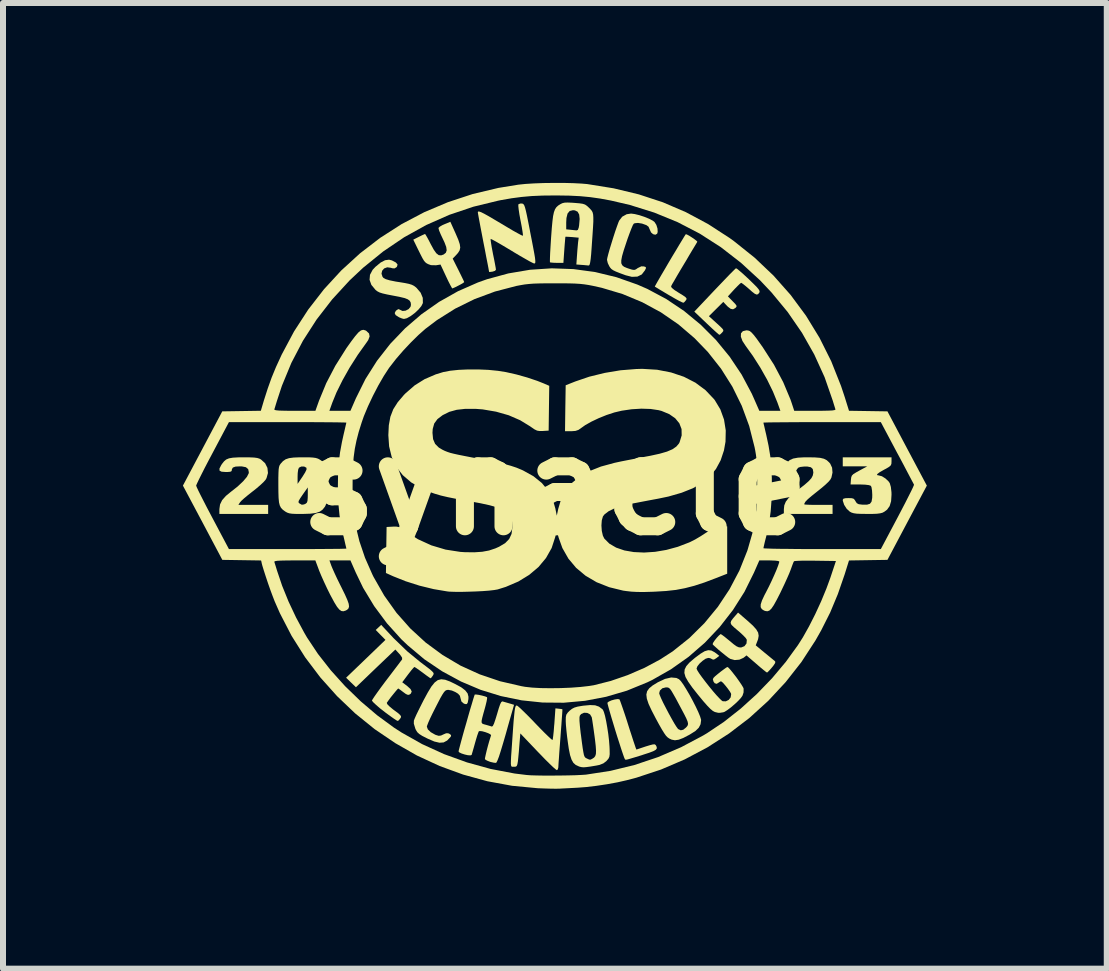
<source format=kicad_pcb>
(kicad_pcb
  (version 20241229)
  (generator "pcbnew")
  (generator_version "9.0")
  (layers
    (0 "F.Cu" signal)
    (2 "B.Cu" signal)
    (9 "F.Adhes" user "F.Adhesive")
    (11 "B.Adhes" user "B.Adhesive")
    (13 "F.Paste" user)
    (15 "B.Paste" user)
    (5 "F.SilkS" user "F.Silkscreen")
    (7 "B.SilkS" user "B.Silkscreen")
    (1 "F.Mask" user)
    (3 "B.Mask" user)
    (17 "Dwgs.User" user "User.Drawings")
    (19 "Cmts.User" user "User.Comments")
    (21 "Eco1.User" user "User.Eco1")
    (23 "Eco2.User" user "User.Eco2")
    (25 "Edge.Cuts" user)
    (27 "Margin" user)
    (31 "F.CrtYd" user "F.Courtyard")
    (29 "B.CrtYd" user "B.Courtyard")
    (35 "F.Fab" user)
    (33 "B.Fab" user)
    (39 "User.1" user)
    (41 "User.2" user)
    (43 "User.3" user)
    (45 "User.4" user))
  (footprint "synacle"
    (layer "F.Cu")
    (at 6.202 5.047)
    (property "Reference" "synacle" (at 0 0 0) (layer "F.SilkS") (effects (font (size 1.5 1.5) (thickness 0.3))))
    (attr board_only exclude_from_pos_files exclude_from_bom)
    (fp_poly (pts (xy 1.075 3.563) (xy 1.076 3.564) (xy 1.087 3.587) (xy 1.106 3.64) (xy 1.133 3.717) (xy 1.166 3.814) (xy 1.202 3.924) (xy 1.21 3.95) (xy 1.246 4.064) (xy 1.28 4.168) (xy 1.308 4.255) (xy 1.33 4.32) (xy 1.342 4.356) (xy 1.343 4.36) (xy 1.359 4.401) (xy 1.512 4.35) (xy 1.588 4.327) (xy 1.636 4.315) (xy 1.664 4.314) (xy 1.679 4.324) (xy 1.683 4.328) (xy 1.698 4.358) (xy 1.699 4.383) (xy 1.682 4.405) (xy 1.641 4.428) (xy 1.573 4.454) (xy 1.474 4.486) (xy 1.448 4.495) (xy 1.344 4.527) (xy 1.27 4.549) (xy 1.222 4.563) (xy 1.193 4.57) (xy 1.177 4.57) (xy 1.17 4.566) (xy 1.166 4.559) (xy 1.154 4.531) (xy 1.134 4.474) (xy 1.107 4.394) (xy 1.076 4.297) (xy 1.041 4.189) (xy 1.006 4.076) (xy 0.972 3.963) (xy 0.94 3.857) (xy 0.913 3.764) (xy 0.892 3.69) (xy 0.879 3.64) (xy 0.876 3.62) (xy 0.899 3.601) (xy 0.944 3.581) (xy 0.998 3.566) (xy 1.046 3.559)) (stroke (width 0) (type solid)) (fill yes) (layer "F.SilkS"))
    (fp_poly (pts (xy 2.201 -4.187) (xy 2.239 -4.167) (xy 2.286 -4.137) (xy 2.331 -4.106) (xy 2.364 -4.08) (xy 2.375 -4.066) (xy 2.364 -4.047) (xy 2.336 -4) (xy 2.294 -3.931) (xy 2.242 -3.844) (xy 2.183 -3.743) (xy 2.158 -3.702) (xy 2.095 -3.597) (xy 2.039 -3.502) (xy 1.993 -3.422) (xy 1.958 -3.363) (xy 1.94 -3.329) (xy 1.937 -3.324) (xy 1.948 -3.299) (xy 1.994 -3.261) (xy 2.069 -3.213) (xy 2.136 -3.172) (xy 2.176 -3.144) (xy 2.194 -3.124) (xy 2.194 -3.106) (xy 2.186 -3.092) (xy 2.159 -3.06) (xy 2.143 -3.049) (xy 2.122 -3.056) (xy 2.074 -3.079) (xy 2.007 -3.116) (xy 1.927 -3.162) (xy 1.899 -3.178) (xy 1.817 -3.227) (xy 1.747 -3.269) (xy 1.696 -3.3) (xy 1.668 -3.317) (xy 1.666 -3.318) (xy 1.674 -3.335) (xy 1.698 -3.378) (xy 1.736 -3.444) (xy 1.784 -3.527) (xy 1.84 -3.622) (xy 1.899 -3.723) (xy 1.96 -3.826) (xy 2.02 -3.925) (xy 2.074 -4.016) (xy 2.121 -4.093) (xy 2.156 -4.151) (xy 2.178 -4.185) (xy 2.183 -4.192)) (stroke (width 0) (type solid)) (fill yes) (layer "F.SilkS"))
    (fp_poly (pts (xy -5.086 -0.471) (xy -5.015 -0.468) (xy -4.964 -0.461) (xy -4.927 -0.45) (xy -4.9 -0.435) (xy -4.832 -0.374) (xy -4.793 -0.296) (xy -4.784 -0.21) (xy -4.808 -0.125) (xy -4.824 -0.097) (xy -4.856 -0.061) (xy -4.911 -0.009) (xy -4.98 0.05) (xy -5.045 0.101) (xy -5.117 0.158) (xy -5.181 0.211) (xy -5.228 0.254) (xy -5.25 0.279) (xy -5.277 0.321) (xy -5.029 0.321) (xy -4.781 0.321) (xy -4.781 0.397) (xy -4.781 0.472) (xy -5.188 0.472) (xy -5.594 0.472) (xy -5.594 0.392) (xy -5.583 0.314) (xy -5.548 0.242) (xy -5.485 0.171) (xy -5.412 0.111) (xy -5.289 0.014) (xy -5.197 -0.073) (xy -5.135 -0.146) (xy -5.105 -0.205) (xy -5.103 -0.223) (xy -5.114 -0.275) (xy -5.152 -0.307) (xy -5.219 -0.32) (xy -5.251 -0.321) (xy -5.326 -0.317) (xy -5.369 -0.301) (xy -5.386 -0.272) (xy -5.386 -0.263) (xy -5.391 -0.242) (xy -5.413 -0.231) (xy -5.459 -0.227) (xy -5.49 -0.227) (xy -5.557 -0.232) (xy -5.591 -0.249) (xy -5.593 -0.284) (xy -5.565 -0.339) (xy -5.551 -0.361) (xy -5.517 -0.404) (xy -5.481 -0.435) (xy -5.433 -0.455) (xy -5.368 -0.466) (xy -5.278 -0.471) (xy -5.188 -0.472)) (stroke (width 0) (type solid)) (fill yes) (layer "F.SilkS"))
    (fp_poly (pts (xy 3.039 -3.614) (xy 3.079 -3.581) (xy 3.136 -3.532) (xy 3.204 -3.469) (xy 3.233 -3.442) (xy 3.311 -3.366) (xy 3.365 -3.312) (xy 3.397 -3.274) (xy 3.412 -3.247) (xy 3.413 -3.228) (xy 3.41 -3.22) (xy 3.389 -3.193) (xy 3.366 -3.185) (xy 3.334 -3.198) (xy 3.287 -3.234) (xy 3.237 -3.279) (xy 3.182 -3.326) (xy 3.137 -3.362) (xy 3.11 -3.38) (xy 3.106 -3.381) (xy 3.086 -3.367) (xy 3.049 -3.331) (xy 3.001 -3.282) (xy 2.987 -3.267) (xy 2.885 -3.155) (xy 2.964 -3.074) (xy 3.008 -3.029) (xy 3.028 -3.001) (xy 3.028 -2.982) (xy 3.011 -2.963) (xy 3.007 -2.96) (xy 2.971 -2.94) (xy 2.932 -2.947) (xy 2.884 -2.983) (xy 2.855 -3.013) (xy 2.808 -3.063) (xy 2.688 -2.944) (xy 2.568 -2.825) (xy 2.696 -2.709) (xy 2.756 -2.654) (xy 2.792 -2.618) (xy 2.808 -2.594) (xy 2.807 -2.576) (xy 2.793 -2.558) (xy 2.789 -2.553) (xy 2.76 -2.524) (xy 2.742 -2.514) (xy 2.725 -2.527) (xy 2.686 -2.561) (xy 2.63 -2.612) (xy 2.562 -2.676) (xy 2.528 -2.708) (xy 2.325 -2.901) (xy 2.664 -3.26) (xy 2.756 -3.356) (xy 2.84 -3.444) (xy 2.911 -3.518) (xy 2.968 -3.575) (xy 3.005 -3.612) (xy 3.02 -3.624)) (stroke (width 0) (type solid)) (fill yes) (layer "F.SilkS"))
    (fp_poly (pts (xy -1.654 -4.201) (xy -1.611 -4.101) (xy -1.586 -4.026) (xy -1.578 -3.969) (xy -1.588 -3.923) (xy -1.615 -3.88) (xy -1.647 -3.844) (xy -1.704 -3.785) (xy -1.608 -3.594) (xy -1.57 -3.517) (xy -1.539 -3.453) (xy -1.518 -3.409) (xy -1.512 -3.393) (xy -1.527 -3.381) (xy -1.565 -3.358) (xy -1.614 -3.332) (xy -1.662 -3.308) (xy -1.699 -3.292) (xy -1.711 -3.288) (xy -1.722 -3.304) (xy -1.746 -3.348) (xy -1.779 -3.413) (xy -1.814 -3.487) (xy -1.907 -3.686) (xy -1.981 -3.674) (xy -2.066 -3.676) (xy -2.113 -3.693) (xy -2.141 -3.708) (xy -2.163 -3.726) (xy -2.184 -3.752) (xy -2.208 -3.792) (xy -2.24 -3.854) (xy -2.284 -3.943) (xy -2.29 -3.955) (xy -2.361 -4.101) (xy -2.268 -4.148) (xy -2.215 -4.174) (xy -2.177 -4.191) (xy -2.165 -4.196) (xy -2.153 -4.18) (xy -2.128 -4.137) (xy -2.095 -4.075) (xy -2.07 -4.026) (xy -2.019 -3.933) (xy -1.977 -3.874) (xy -1.937 -3.843) (xy -1.896 -3.839) (xy -1.854 -3.854) (xy -1.818 -3.883) (xy -1.804 -3.923) (xy -1.812 -3.98) (xy -1.842 -4.059) (xy -1.871 -4.12) (xy -1.904 -4.19) (xy -1.929 -4.25) (xy -1.94 -4.289) (xy -1.94 -4.298) (xy -1.919 -4.318) (xy -1.874 -4.344) (xy -1.837 -4.36) (xy -1.743 -4.399)) (stroke (width 0) (type solid)) (fill yes) (layer "F.SilkS"))
    (fp_poly (pts (xy 4.337 -0.47) (xy 4.423 -0.463) (xy 4.486 -0.448) (xy 4.534 -0.423) (xy 4.574 -0.386) (xy 4.591 -0.366) (xy 4.622 -0.299) (xy 4.629 -0.217) (xy 4.611 -0.135) (xy 4.594 -0.102) (xy 4.565 -0.067) (xy 4.513 -0.017) (xy 4.445 0.041) (xy 4.369 0.102) (xy 4.28 0.173) (xy 4.218 0.226) (xy 4.179 0.266) (xy 4.161 0.296) (xy 4.158 0.313) (xy 4.175 0.316) (xy 4.224 0.319) (xy 4.296 0.321) (xy 4.384 0.321) (xy 4.394 0.321) (xy 4.63 0.321) (xy 4.63 0.397) (xy 4.63 0.472) (xy 4.224 0.472) (xy 3.818 0.472) (xy 3.818 0.394) (xy 3.825 0.329) (xy 3.85 0.268) (xy 3.897 0.206) (xy 3.97 0.137) (xy 4.072 0.056) (xy 4.073 0.056) (xy 4.167 -0.017) (xy 4.234 -0.076) (xy 4.277 -0.124) (xy 4.3 -0.168) (xy 4.309 -0.213) (xy 4.309 -0.224) (xy 4.3 -0.276) (xy 4.269 -0.306) (xy 4.211 -0.318) (xy 4.155 -0.318) (xy 4.092 -0.311) (xy 4.057 -0.298) (xy 4.038 -0.274) (xy 4.035 -0.269) (xy 4.018 -0.244) (xy 3.99 -0.231) (xy 3.938 -0.227) (xy 3.917 -0.227) (xy 3.855 -0.229) (xy 3.825 -0.242) (xy 3.823 -0.272) (xy 3.843 -0.326) (xy 3.845 -0.331) (xy 3.875 -0.386) (xy 3.915 -0.425) (xy 3.972 -0.451) (xy 4.053 -0.466) (xy 4.162 -0.472) (xy 4.22 -0.472)) (stroke (width 0) (type solid)) (fill yes) (layer "F.SilkS"))
    (fp_poly (pts (xy 3.213 2.254) (xy 3.299 2.332) (xy 3.357 2.396) (xy 3.389 2.451) (xy 3.398 2.504) (xy 3.388 2.561) (xy 3.378 2.588) (xy 3.349 2.663) (xy 3.492 2.782) (xy 3.557 2.835) (xy 3.613 2.881) (xy 3.652 2.913) (xy 3.664 2.922) (xy 3.676 2.938) (xy 3.671 2.961) (xy 3.645 3) (xy 3.62 3.031) (xy 3.58 3.077) (xy 3.55 3.108) (xy 3.537 3.117) (xy 3.518 3.105) (xy 3.478 3.073) (xy 3.421 3.026) (xy 3.36 2.973) (xy 3.195 2.831) (xy 3.145 2.871) (xy 3.077 2.902) (xy 2.998 2.909) (xy 2.925 2.889) (xy 2.923 2.888) (xy 2.89 2.867) (xy 2.841 2.829) (xy 2.783 2.782) (xy 2.725 2.734) (xy 2.675 2.689) (xy 2.64 2.657) (xy 2.63 2.644) (xy 2.638 2.621) (xy 2.663 2.583) (xy 2.698 2.539) (xy 2.733 2.501) (xy 2.76 2.478) (xy 2.766 2.476) (xy 2.786 2.488) (xy 2.828 2.519) (xy 2.883 2.564) (xy 2.915 2.59) (xy 2.982 2.646) (xy 3.03 2.68) (xy 3.067 2.696) (xy 3.101 2.699) (xy 3.106 2.699) (xy 3.161 2.677) (xy 3.195 2.632) (xy 3.2 2.574) (xy 3.199 2.568) (xy 3.181 2.54) (xy 3.14 2.497) (xy 3.083 2.444) (xy 3.05 2.416) (xy 2.984 2.36) (xy 2.944 2.321) (xy 2.93 2.289) (xy 2.939 2.256) (xy 2.97 2.214) (xy 3.001 2.178) (xy 3.054 2.117)) (stroke (width 0) (type solid)) (fill yes) (layer "F.SilkS"))
    (fp_poly (pts (xy -1.829 3.237) (xy -1.75 3.266) (xy -1.665 3.307) (xy -1.563 3.362) (xy -1.495 3.414) (xy -1.455 3.465) (xy -1.441 3.52) (xy -1.442 3.559) (xy -1.453 3.617) (xy -1.468 3.642) (xy -1.494 3.643) (xy -1.52 3.633) (xy -1.558 3.6) (xy -1.572 3.55) (xy -1.584 3.504) (xy -1.614 3.47) (xy -1.654 3.445) (xy -1.717 3.417) (xy -1.775 3.406) (xy -1.786 3.406) (xy -1.808 3.41) (xy -1.828 3.421) (xy -1.849 3.444) (xy -1.875 3.483) (xy -1.91 3.544) (xy -1.955 3.631) (xy -1.988 3.695) (xy -2.037 3.792) (xy -2.079 3.879) (xy -2.111 3.951) (xy -2.13 4.001) (xy -2.135 4.019) (xy -2.118 4.065) (xy -2.07 4.111) (xy -1.996 4.153) (xy -1.983 4.158) (xy -1.937 4.172) (xy -1.898 4.167) (xy -1.862 4.15) (xy -1.813 4.129) (xy -1.777 4.13) (xy -1.759 4.138) (xy -1.731 4.159) (xy -1.734 4.182) (xy -1.741 4.192) (xy -1.796 4.25) (xy -1.855 4.282) (xy -1.924 4.287) (xy -2.01 4.267) (xy -2.117 4.221) (xy -2.135 4.212) (xy -2.212 4.173) (xy -2.262 4.141) (xy -2.294 4.111) (xy -2.317 4.074) (xy -2.327 4.052) (xy -2.352 3.969) (xy -2.351 3.918) (xy -2.338 3.884) (xy -2.311 3.823) (xy -2.272 3.743) (xy -2.225 3.649) (xy -2.188 3.576) (xy -2.118 3.447) (xy -2.059 3.35) (xy -2.005 3.283) (xy -1.952 3.243) (xy -1.895 3.229)) (stroke (width 0) (type solid)) (fill yes) (layer "F.SilkS"))
    (fp_poly (pts (xy 1.331 -4.528) (xy 1.409 -4.509) (xy 1.494 -4.481) (xy 1.572 -4.449) (xy 1.633 -4.417) (xy 1.661 -4.396) (xy 1.692 -4.347) (xy 1.711 -4.286) (xy 1.714 -4.229) (xy 1.705 -4.2) (xy 1.676 -4.183) (xy 1.638 -4.192) (xy 1.604 -4.221) (xy 1.585 -4.262) (xy 1.584 -4.265) (xy 1.561 -4.317) (xy 1.526 -4.343) (xy 1.454 -4.369) (xy 1.385 -4.38) (xy 1.332 -4.375) (xy 1.314 -4.366) (xy 1.299 -4.341) (xy 1.276 -4.287) (xy 1.246 -4.209) (xy 1.212 -4.116) (xy 1.188 -4.044) (xy 1.147 -3.92) (xy 1.12 -3.826) (xy 1.107 -3.757) (xy 1.107 -3.708) (xy 1.123 -3.674) (xy 1.153 -3.649) (xy 1.2 -3.629) (xy 1.229 -3.619) (xy 1.286 -3.601) (xy 1.322 -3.596) (xy 1.35 -3.605) (xy 1.381 -3.627) (xy 1.441 -3.656) (xy 1.483 -3.655) (xy 1.514 -3.645) (xy 1.519 -3.627) (xy 1.502 -3.59) (xy 1.449 -3.521) (xy 1.376 -3.485) (xy 1.284 -3.481) (xy 1.181 -3.507) (xy 1.085 -3.542) (xy 1.017 -3.569) (xy 0.972 -3.591) (xy 0.942 -3.612) (xy 0.921 -3.636) (xy 0.908 -3.656) (xy 0.882 -3.71) (xy 0.87 -3.76) (xy 0.869 -3.766) (xy 0.875 -3.8) (xy 0.891 -3.863) (xy 0.914 -3.945) (xy 0.943 -4.04) (xy 0.974 -4.14) (xy 1.005 -4.236) (xy 1.035 -4.322) (xy 1.059 -4.388) (xy 1.072 -4.418) (xy 1.123 -4.484) (xy 1.197 -4.525) (xy 1.27 -4.536)) (stroke (width 0) (type solid)) (fill yes) (layer "F.SilkS"))
    (fp_poly (pts (xy -2.717 -3.755) (xy -2.651 -3.72) (xy -2.623 -3.686) (xy -2.633 -3.651) (xy -2.642 -3.641) (xy -2.673 -3.622) (xy -2.71 -3.624) (xy -2.735 -3.632) (xy -2.796 -3.64) (xy -2.847 -3.621) (xy -2.88 -3.583) (xy -2.891 -3.534) (xy -2.874 -3.482) (xy -2.858 -3.463) (xy -2.822 -3.443) (xy -2.755 -3.423) (xy -2.652 -3.402) (xy -2.6 -3.394) (xy -2.502 -3.378) (xy -2.434 -3.364) (xy -2.386 -3.349) (xy -2.35 -3.331) (xy -2.317 -3.306) (xy -2.304 -3.294) (xy -2.238 -3.216) (xy -2.203 -3.131) (xy -2.201 -3.048) (xy -2.201 -3.044) (xy -2.226 -2.994) (xy -2.274 -2.936) (xy -2.336 -2.878) (xy -2.404 -2.827) (xy -2.468 -2.791) (xy -2.517 -2.779) (xy -2.55 -2.787) (xy -2.597 -2.806) (xy -2.602 -2.809) (xy -2.655 -2.843) (xy -2.671 -2.877) (xy -2.652 -2.914) (xy -2.644 -2.921) (xy -2.611 -2.943) (xy -2.587 -2.935) (xy -2.585 -2.933) (xy -2.541 -2.912) (xy -2.489 -2.917) (xy -2.439 -2.943) (xy -2.407 -2.982) (xy -2.4 -3.012) (xy -2.404 -3.052) (xy -2.421 -3.083) (xy -2.454 -3.107) (xy -2.51 -3.128) (xy -2.594 -3.148) (xy -2.693 -3.167) (xy -2.797 -3.187) (xy -2.871 -3.204) (xy -2.922 -3.22) (xy -2.959 -3.239) (xy -2.988 -3.261) (xy -2.991 -3.264) (xy -3.06 -3.347) (xy -3.09 -3.431) (xy -3.083 -3.515) (xy -3.039 -3.598) (xy -2.992 -3.648) (xy -2.906 -3.719) (xy -2.832 -3.758) (xy -2.765 -3.767)) (stroke (width 0) (type solid)) (fill yes) (layer "F.SilkS"))
    (fp_poly (pts (xy -0.614 3.68) (xy -0.573 3.716) (xy -0.514 3.773) (xy -0.441 3.845) (xy -0.36 3.928) (xy -0.33 3.96) (xy -0.247 4.046) (xy -0.174 4.12) (xy -0.112 4.18) (xy -0.067 4.222) (xy -0.043 4.241) (xy -0.04 4.242) (xy -0.034 4.22) (xy -0.027 4.167) (xy -0.019 4.091) (xy -0.012 3.999) (xy -0.009 3.972) (xy 0.009 3.714) (xy 0.066 3.72) (xy 0.107 3.725) (xy 0.125 3.729) (xy 0.125 3.729) (xy 0.125 3.748) (xy 0.122 3.8) (xy 0.116 3.879) (xy 0.109 3.98) (xy 0.1 4.098) (xy 0.093 4.196) (xy 0.083 4.326) (xy 0.074 4.446) (xy 0.067 4.549) (xy 0.061 4.63) (xy 0.058 4.684) (xy 0.057 4.701) (xy 0.047 4.734) (xy 0.032 4.744) (xy 0.012 4.73) (xy -0.03 4.694) (xy -0.089 4.637) (xy -0.162 4.565) (xy -0.244 4.48) (xy -0.285 4.438) (xy -0.576 4.132) (xy -0.591 4.31) (xy -0.601 4.438) (xy -0.61 4.533) (xy -0.617 4.6) (xy -0.625 4.645) (xy -0.634 4.67) (xy -0.646 4.683) (xy -0.661 4.687) (xy -0.681 4.687) (xy -0.682 4.687) (xy -0.7 4.688) (xy -0.715 4.687) (xy -0.725 4.681) (xy -0.731 4.666) (xy -0.734 4.636) (xy -0.733 4.588) (xy -0.73 4.518) (xy -0.723 4.421) (xy -0.714 4.292) (xy -0.708 4.205) (xy -0.697 4.048) (xy -0.688 3.925) (xy -0.679 3.831) (xy -0.672 3.763) (xy -0.665 3.717) (xy -0.658 3.688) (xy -0.65 3.673) (xy -0.64 3.667) (xy -0.634 3.666)) (stroke (width 0) (type solid)) (fill yes) (layer "F.SilkS"))
    (fp_poly (pts (xy 5.613 -0.402) (xy 5.611 -0.364) (xy 5.6 -0.337) (xy 5.573 -0.313) (xy 5.523 -0.283) (xy 5.49 -0.266) (xy 5.415 -0.223) (xy 5.376 -0.193) (xy 5.371 -0.176) (xy 5.4 -0.17) (xy 5.4 -0.17) (xy 5.453 -0.156) (xy 5.512 -0.119) (xy 5.563 -0.071) (xy 5.584 -0.04) (xy 5.602 0.022) (xy 5.612 0.11) (xy 5.613 0.151) (xy 5.606 0.26) (xy 5.582 0.341) (xy 5.539 0.401) (xy 5.494 0.435) (xy 5.462 0.452) (xy 5.423 0.462) (xy 5.37 0.469) (xy 5.294 0.472) (xy 5.207 0.472) (xy 5.106 0.471) (xy 5.034 0.468) (xy 4.984 0.461) (xy 4.947 0.45) (xy 4.917 0.434) (xy 4.865 0.386) (xy 4.823 0.32) (xy 4.801 0.253) (xy 4.8 0.237) (xy 4.81 0.219) (xy 4.844 0.21) (xy 4.894 0.208) (xy 4.952 0.21) (xy 4.985 0.221) (xy 5.005 0.247) (xy 5.012 0.26) (xy 5.034 0.293) (xy 5.066 0.31) (xy 5.122 0.317) (xy 5.126 0.318) (xy 5.204 0.318) (xy 5.253 0.303) (xy 5.28 0.267) (xy 5.291 0.203) (xy 5.292 0.154) (xy 5.288 0.081) (xy 5.279 0.027) (xy 5.269 0.004) (xy 5.237 -0.008) (xy 5.173 -0.016) (xy 5.088 -0.019) (xy 4.93 -0.019) (xy 4.936 -0.098) (xy 4.941 -0.138) (xy 4.952 -0.167) (xy 4.977 -0.192) (xy 5.024 -0.221) (xy 5.074 -0.249) (xy 5.207 -0.321) (xy 5.003 -0.321) (xy 4.8 -0.321) (xy 4.8 -0.397) (xy 4.8 -0.472) (xy 5.207 -0.472) (xy 5.613 -0.472)) (stroke (width 0) (type solid)) (fill yes) (layer "F.SilkS"))
    (fp_poly (pts (xy 2.026 3.207) (xy 2.069 3.228) (xy 2.1 3.259) (xy 2.142 3.317) (xy 2.191 3.396) (xy 2.245 3.488) (xy 2.298 3.586) (xy 2.348 3.684) (xy 2.39 3.773) (xy 2.421 3.848) (xy 2.437 3.9) (xy 2.438 3.912) (xy 2.429 3.979) (xy 2.399 4.037) (xy 2.344 4.091) (xy 2.257 4.146) (xy 2.238 4.157) (xy 2.14 4.208) (xy 2.064 4.237) (xy 2.002 4.246) (xy 1.948 4.236) (xy 1.909 4.218) (xy 1.881 4.199) (xy 1.853 4.171) (xy 1.822 4.127) (xy 1.783 4.064) (xy 1.733 3.976) (xy 1.682 3.882) (xy 1.612 3.747) (xy 1.562 3.639) (xy 1.533 3.552) (xy 1.525 3.484) (xy 1.53 3.462) (xy 1.739 3.462) (xy 1.748 3.492) (xy 1.772 3.549) (xy 1.807 3.623) (xy 1.851 3.708) (xy 1.898 3.798) (xy 1.946 3.885) (xy 1.989 3.961) (xy 2.026 4.02) (xy 2.051 4.054) (xy 2.055 4.059) (xy 2.099 4.08) (xy 2.141 4.07) (xy 2.185 4.035) (xy 2.205 4.013) (xy 2.217 3.992) (xy 2.22 3.967) (xy 2.212 3.931) (xy 2.191 3.881) (xy 2.156 3.811) (xy 2.105 3.715) (xy 2.074 3.657) (xy 2.018 3.552) (xy 1.975 3.476) (xy 1.944 3.423) (xy 1.921 3.391) (xy 1.901 3.373) (xy 1.882 3.366) (xy 1.86 3.364) (xy 1.851 3.364) (xy 1.792 3.379) (xy 1.751 3.417) (xy 1.739 3.462) (xy 1.53 3.462) (xy 1.538 3.428) (xy 1.573 3.379) (xy 1.629 3.333) (xy 1.707 3.285) (xy 1.715 3.28) (xy 1.836 3.223) (xy 1.939 3.199)) (stroke (width 0) (type solid)) (fill yes) (layer "F.SilkS"))
    (fp_poly (pts (xy -4.105 -0.472) (xy -4.035 -0.468) (xy -3.986 -0.461) (xy -3.949 -0.449) (xy -3.919 -0.433) (xy -3.876 -0.403) (xy -3.845 -0.37) (xy -3.824 -0.328) (xy -3.81 -0.27) (xy -3.802 -0.191) (xy -3.799 -0.083) (xy -3.799 0.004) (xy -3.799 0.118) (xy -3.802 0.202) (xy -3.806 0.261) (xy -3.813 0.302) (xy -3.825 0.333) (xy -3.834 0.351) (xy -3.872 0.399) (xy -3.92 0.434) (xy -3.986 0.456) (xy -4.076 0.468) (xy -4.196 0.472) (xy -4.219 0.472) (xy -4.315 0.472) (xy -4.383 0.469) (xy -4.429 0.462) (xy -4.464 0.45) (xy -4.496 0.432) (xy -4.5 0.429) (xy -4.538 0.401) (xy -4.567 0.37) (xy -4.587 0.331) (xy -4.6 0.279) (xy -4.6 0.276) (xy -4.276 0.276) (xy -4.266 0.291) (xy -4.259 0.297) (xy -4.22 0.319) (xy -4.183 0.314) (xy -4.156 0.302) (xy -4.136 0.285) (xy -4.125 0.255) (xy -4.121 0.202) (xy -4.12 0.156) (xy -4.12 0.03) (xy -4.206 0.152) (xy -4.248 0.214) (xy -4.27 0.252) (xy -4.276 0.276) (xy -4.6 0.276) (xy -4.607 0.206) (xy -4.61 0.108) (xy -4.611 -0.012) (xy -4.611 -0.029) (xy -4.29 -0.029) (xy -4.207 -0.151) (xy -4.163 -0.222) (xy -4.141 -0.269) (xy -4.142 -0.295) (xy -4.143 -0.298) (xy -4.18 -0.318) (xy -4.229 -0.318) (xy -4.267 -0.299) (xy -4.28 -0.268) (xy -4.288 -0.21) (xy -4.29 -0.152) (xy -4.29 -0.029) (xy -4.611 -0.029) (xy -4.611 -0.127) (xy -4.609 -0.21) (xy -4.606 -0.269) (xy -4.6 -0.309) (xy -4.591 -0.337) (xy -4.577 -0.359) (xy -4.572 -0.366) (xy -4.533 -0.409) (xy -4.489 -0.439) (xy -4.432 -0.458) (xy -4.356 -0.468) (xy -4.252 -0.472) (xy -4.203 -0.472)) (stroke (width 0) (type solid)) (fill yes) (layer "F.SilkS"))
    (fp_poly (pts (xy -0.547 -4.703) (xy -0.533 -4.699) (xy -0.521 -4.689) (xy -0.509 -4.669) (xy -0.497 -4.634) (xy -0.483 -4.58) (xy -0.466 -4.503) (xy -0.445 -4.398) (xy -0.418 -4.261) (xy -0.413 -4.233) (xy -0.383 -4.08) (xy -0.36 -3.959) (xy -0.343 -3.867) (xy -0.332 -3.801) (xy -0.327 -3.755) (xy -0.326 -3.727) (xy -0.329 -3.712) (xy -0.336 -3.705) (xy -0.347 -3.704) (xy -0.348 -3.704) (xy -0.371 -3.714) (xy -0.422 -3.74) (xy -0.494 -3.781) (xy -0.583 -3.832) (xy -0.684 -3.892) (xy -0.718 -3.913) (xy -0.82 -3.974) (xy -0.911 -4.028) (xy -0.986 -4.071) (xy -1.04 -4.1) (xy -1.068 -4.113) (xy -1.071 -4.113) (xy -1.071 -4.092) (xy -1.064 -4.042) (xy -1.052 -3.969) (xy -1.035 -3.88) (xy -1.032 -3.863) (xy -1.013 -3.771) (xy -0.998 -3.692) (xy -0.987 -3.632) (xy -0.983 -3.601) (xy -0.983 -3.599) (xy -0.999 -3.581) (xy -1.039 -3.568) (xy -1.039 -3.568) (xy -1.079 -3.563) (xy -1.096 -3.562) (xy -1.096 -3.562) (xy -1.1 -3.581) (xy -1.109 -3.632) (xy -1.124 -3.71) (xy -1.144 -3.81) (xy -1.166 -3.928) (xy -1.191 -4.054) (xy -1.216 -4.185) (xy -1.239 -4.304) (xy -1.258 -4.406) (xy -1.273 -4.486) (xy -1.282 -4.538) (xy -1.285 -4.558) (xy -1.28 -4.57) (xy -1.263 -4.57) (xy -1.23 -4.559) (xy -1.178 -4.533) (xy -1.104 -4.492) (xy -1.004 -4.433) (xy -0.889 -4.365) (xy -0.787 -4.304) (xy -0.696 -4.25) (xy -0.62 -4.208) (xy -0.566 -4.179) (xy -0.537 -4.166) (xy -0.534 -4.166) (xy -0.533 -4.187) (xy -0.54 -4.238) (xy -0.552 -4.312) (xy -0.569 -4.402) (xy -0.574 -4.426) (xy -0.592 -4.525) (xy -0.604 -4.606) (xy -0.61 -4.664) (xy -0.608 -4.692) (xy -0.607 -4.692) (xy -0.577 -4.703)) (stroke (width 0) (type solid)) (fill yes) (layer "F.SilkS"))
    (fp_poly (pts (xy 0.671 3.663) (xy 0.735 3.685) (xy 0.788 3.725) (xy 0.801 3.738) (xy 0.817 3.774) (xy 0.836 3.839) (xy 0.855 3.927) (xy 0.873 4.03) (xy 0.89 4.141) (xy 0.903 4.252) (xy 0.911 4.357) (xy 0.913 4.408) (xy 0.914 4.478) (xy 0.908 4.522) (xy 0.892 4.555) (xy 0.863 4.588) (xy 0.86 4.592) (xy 0.809 4.631) (xy 0.744 4.657) (xy 0.69 4.668) (xy 0.594 4.684) (xy 0.527 4.693) (xy 0.48 4.697) (xy 0.444 4.694) (xy 0.411 4.686) (xy 0.398 4.681) (xy 0.347 4.657) (xy 0.308 4.622) (xy 0.278 4.569) (xy 0.253 4.493) (xy 0.232 4.389) (xy 0.217 4.286) (xy 0.203 4.181) (xy 0.192 4.079) (xy 0.184 3.99) (xy 0.181 3.927) (xy 0.181 3.925) (xy 0.182 3.865) (xy 0.41 3.865) (xy 0.41 3.922) (xy 0.417 4.007) (xy 0.43 4.126) (xy 0.435 4.161) (xy 0.451 4.286) (xy 0.464 4.379) (xy 0.475 4.445) (xy 0.484 4.49) (xy 0.494 4.517) (xy 0.506 4.534) (xy 0.521 4.544) (xy 0.533 4.55) (xy 0.57 4.567) (xy 0.591 4.57) (xy 0.615 4.559) (xy 0.624 4.554) (xy 0.653 4.535) (xy 0.673 4.51) (xy 0.684 4.474) (xy 0.686 4.419) (xy 0.681 4.342) (xy 0.669 4.236) (xy 0.662 4.183) (xy 0.648 4.081) (xy 0.635 3.99) (xy 0.624 3.917) (xy 0.616 3.87) (xy 0.614 3.861) (xy 0.587 3.815) (xy 0.54 3.79) (xy 0.486 3.787) (xy 0.438 3.809) (xy 0.416 3.835) (xy 0.41 3.865) (xy 0.182 3.865) (xy 0.182 3.86) (xy 0.191 3.819) (xy 0.214 3.785) (xy 0.246 3.753) (xy 0.285 3.722) (xy 0.325 3.701) (xy 0.379 3.685) (xy 0.456 3.672) (xy 0.477 3.669) (xy 0.588 3.659)) (stroke (width 0) (type solid)) (fill yes) (layer "F.SilkS"))
    (fp_poly (pts (xy 0.286 -4.717) (xy 0.326 -4.714) (xy 0.409 -4.707) (xy 0.464 -4.699) (xy 0.503 -4.686) (xy 0.534 -4.665) (xy 0.569 -4.633) (xy 0.572 -4.63) (xy 0.597 -4.604) (xy 0.617 -4.58) (xy 0.63 -4.553) (xy 0.638 -4.518) (xy 0.641 -4.469) (xy 0.641 -4.401) (xy 0.636 -4.309) (xy 0.628 -4.187) (xy 0.623 -4.116) (xy 0.613 -3.971) (xy 0.605 -3.861) (xy 0.597 -3.78) (xy 0.589 -3.725) (xy 0.581 -3.69) (xy 0.572 -3.674) (xy 0.562 -3.67) (xy 0.561 -3.67) (xy 0.53 -3.673) (xy 0.477 -3.678) (xy 0.448 -3.68) (xy 0.358 -3.687) (xy 0.369 -3.842) (xy 0.375 -3.925) (xy 0.382 -4.003) (xy 0.387 -4.059) (xy 0.388 -4.066) (xy 0.397 -4.134) (xy 0.288 -4.144) (xy 0.229 -4.148) (xy 0.188 -4.15) (xy 0.176 -4.15) (xy 0.173 -4.131) (xy 0.169 -4.082) (xy 0.163 -4.011) (xy 0.157 -3.93) (xy 0.142 -3.714) (xy 0.034 -3.714) (xy -0.026 -3.716) (xy -0.068 -3.72) (xy -0.082 -3.723) (xy -0.083 -3.744) (xy -0.082 -3.797) (xy -0.079 -3.876) (xy -0.073 -3.976) (xy -0.066 -4.092) (xy -0.063 -4.139) (xy -0.053 -4.273) (xy 0.189 -4.273) (xy 0.26 -4.266) (xy 0.315 -4.26) (xy 0.357 -4.256) (xy 0.361 -4.255) (xy 0.383 -4.264) (xy 0.397 -4.3) (xy 0.404 -4.34) (xy 0.413 -4.446) (xy 0.405 -4.52) (xy 0.379 -4.567) (xy 0.334 -4.589) (xy 0.301 -4.592) (xy 0.247 -4.579) (xy 0.211 -4.536) (xy 0.193 -4.462) (xy 0.189 -4.391) (xy 0.189 -4.273) (xy -0.053 -4.273) (xy -0.052 -4.288) (xy -0.041 -4.405) (xy -0.03 -4.493) (xy -0.016 -4.559) (xy 0.002 -4.607) (xy 0.025 -4.642) (xy 0.054 -4.669) (xy 0.09 -4.692) (xy 0.124 -4.709) (xy 0.161 -4.718) (xy 0.212 -4.72)) (stroke (width 0) (type solid)) (fill yes) (layer "F.SilkS"))
    (fp_poly (pts (xy 2.608 2.749) (xy 2.661 2.777) (xy 2.692 2.799) (xy 2.741 2.838) (xy 2.692 2.877) (xy 2.652 2.901) (xy 2.626 2.898) (xy 2.622 2.894) (xy 2.587 2.877) (xy 2.557 2.873) (xy 2.514 2.886) (xy 2.463 2.921) (xy 2.413 2.966) (xy 2.376 3.013) (xy 2.362 3.05) (xy 2.374 3.079) (xy 2.406 3.13) (xy 2.454 3.197) (xy 2.512 3.273) (xy 2.575 3.353) (xy 2.639 3.431) (xy 2.699 3.5) (xy 2.75 3.554) (xy 2.786 3.588) (xy 2.798 3.595) (xy 2.85 3.597) (xy 2.898 3.573) (xy 2.931 3.531) (xy 2.939 3.48) (xy 2.936 3.465) (xy 2.917 3.432) (xy 2.882 3.383) (xy 2.848 3.34) (xy 2.806 3.291) (xy 2.779 3.267) (xy 2.76 3.265) (xy 2.741 3.278) (xy 2.698 3.305) (xy 2.665 3.295) (xy 2.645 3.268) (xy 2.634 3.228) (xy 2.646 3.204) (xy 2.671 3.179) (xy 2.714 3.143) (xy 2.765 3.102) (xy 2.816 3.064) (xy 2.856 3.035) (xy 2.878 3.024) (xy 2.878 3.024) (xy 2.897 3.038) (xy 2.932 3.077) (xy 2.976 3.132) (xy 3.025 3.195) (xy 3.072 3.261) (xy 3.112 3.32) (xy 3.139 3.365) (xy 3.147 3.385) (xy 3.146 3.449) (xy 3.128 3.503) (xy 3.101 3.541) (xy 3.055 3.591) (xy 2.996 3.646) (xy 2.934 3.699) (xy 2.875 3.743) (xy 2.829 3.772) (xy 2.806 3.78) (xy 2.765 3.786) (xy 2.756 3.788) (xy 2.722 3.788) (xy 2.673 3.776) (xy 2.666 3.774) (xy 2.634 3.757) (xy 2.594 3.724) (xy 2.543 3.672) (xy 2.476 3.596) (xy 2.392 3.494) (xy 2.387 3.488) (xy 2.292 3.368) (xy 2.223 3.27) (xy 2.178 3.191) (xy 2.159 3.124) (xy 2.164 3.065) (xy 2.192 3.009) (xy 2.244 2.95) (xy 2.32 2.885) (xy 2.338 2.87) (xy 2.428 2.803) (xy 2.498 2.761) (xy 2.556 2.744)) (stroke (width 0) (type solid)) (fill yes) (layer "F.SilkS"))
    (fp_poly (pts (xy -2.691 2.542) (xy -2.463 2.762) (xy -2.245 2.941) (xy -2.155 3.009) (xy -2.091 3.058) (xy -2.05 3.093) (xy -2.028 3.117) (xy -2.021 3.135) (xy -2.025 3.151) (xy -2.034 3.167) (xy -2.058 3.2) (xy -2.072 3.213) (xy -2.09 3.202) (xy -2.13 3.174) (xy -2.185 3.133) (xy -2.205 3.118) (xy -2.264 3.075) (xy -2.311 3.042) (xy -2.339 3.025) (xy -2.342 3.024) (xy -2.358 3.038) (xy -2.39 3.075) (xy -2.433 3.13) (xy -2.45 3.152) (xy -2.545 3.279) (xy -2.462 3.342) (xy -2.407 3.392) (xy -2.387 3.433) (xy -2.402 3.468) (xy -2.422 3.483) (xy -2.448 3.49) (xy -2.484 3.475) (xy -2.528 3.443) (xy -2.573 3.409) (xy -2.604 3.387) (xy -2.613 3.383) (xy -2.627 3.397) (xy -2.657 3.432) (xy -2.696 3.48) (xy -2.738 3.532) (xy -2.774 3.581) (xy -2.799 3.616) (xy -2.803 3.622) (xy -2.795 3.644) (xy -2.759 3.681) (xy -2.699 3.731) (xy -2.683 3.743) (xy -2.619 3.79) (xy -2.582 3.823) (xy -2.566 3.845) (xy -2.567 3.864) (xy -2.576 3.88) (xy -2.602 3.912) (xy -2.619 3.924) (xy -2.64 3.915) (xy -2.684 3.886) (xy -2.746 3.842) (xy -2.82 3.788) (xy -2.844 3.769) (xy -2.92 3.71) (xy -2.982 3.656) (xy -3.027 3.614) (xy -3.049 3.588) (xy -3.05 3.584) (xy -3.038 3.561) (xy -3.007 3.514) (xy -2.959 3.446) (xy -2.899 3.363) (xy -2.829 3.269) (xy -2.806 3.239) (xy -2.733 3.143) (xy -2.667 3.056) (xy -2.612 2.984) (xy -2.572 2.93) (xy -2.549 2.901) (xy -2.547 2.897) (xy -2.548 2.868) (xy -2.581 2.819) (xy -2.595 2.804) (xy -2.66 2.733) (xy -2.989 3.047) (xy -3.317 3.362) (xy -3.399 3.283) (xy -3.481 3.203) (xy -3.153 2.888) (xy -2.825 2.572) (xy -2.906 2.49) (xy -2.987 2.407) (xy -2.942 2.365) (xy -2.896 2.322)) (stroke (width 0) (type solid)) (fill yes) (layer "F.SilkS"))
    (fp_poly (pts (xy -1.269 3.489) (xy -1.214 3.501) (xy -1.163 3.515) (xy -1.131 3.528) (xy -1.13 3.548) (xy -1.138 3.595) (xy -1.154 3.662) (xy -1.164 3.7) (xy -1.193 3.803) (xy -1.212 3.875) (xy -1.222 3.923) (xy -1.221 3.952) (xy -1.209 3.969) (xy -1.188 3.978) (xy -1.155 3.987) (xy -1.154 3.987) (xy -1.099 4.003) (xy -1.058 4.015) (xy -1.051 4.018) (xy -1.035 4.008) (xy -1.015 3.968) (xy -0.99 3.894) (xy -0.964 3.809) (xy -0.936 3.714) (xy -0.914 3.65) (xy -0.897 3.614) (xy -0.881 3.599) (xy -0.871 3.599) (xy -0.777 3.626) (xy -0.716 3.644) (xy -0.686 3.653) (xy -0.681 3.655) (xy -0.686 3.673) (xy -0.7 3.723) (xy -0.722 3.799) (xy -0.75 3.897) (xy -0.783 4.013) (xy -0.818 4.139) (xy -0.865 4.3) (xy -0.903 4.426) (xy -0.933 4.52) (xy -0.957 4.582) (xy -0.974 4.616) (xy -0.983 4.623) (xy -1.018 4.62) (xy -1.071 4.608) (xy -1.086 4.603) (xy -1.134 4.584) (xy -1.163 4.565) (xy -1.167 4.56) (xy -1.164 4.536) (xy -1.153 4.485) (xy -1.137 4.417) (xy -1.117 4.341) (xy -1.096 4.266) (xy -1.076 4.201) (xy -1.064 4.164) (xy -1.075 4.147) (xy -1.112 4.128) (xy -1.161 4.11) (xy -1.212 4.096) (xy -1.252 4.092) (xy -1.268 4.096) (xy -1.278 4.12) (xy -1.296 4.171) (xy -1.317 4.241) (xy -1.331 4.29) (xy -1.353 4.369) (xy -1.372 4.435) (xy -1.385 4.479) (xy -1.388 4.491) (xy -1.409 4.498) (xy -1.452 4.495) (xy -1.505 4.483) (xy -1.557 4.466) (xy -1.594 4.448) (xy -1.606 4.433) (xy -1.601 4.408) (xy -1.587 4.354) (xy -1.566 4.275) (xy -1.54 4.179) (xy -1.51 4.071) (xy -1.477 3.958) (xy -1.445 3.844) (xy -1.414 3.736) (xy -1.385 3.64) (xy -1.362 3.562) (xy -1.345 3.508) (xy -1.336 3.484) (xy -1.336 3.484) (xy -1.314 3.483)) (stroke (width 0) (type solid)) (fill yes) (layer "F.SilkS"))
    (fp_poly (pts (xy 1.705 -1.932) (xy 1.937 -1.887) (xy 2.151 -1.815) (xy 2.344 -1.716) (xy 2.512 -1.591) (xy 2.654 -1.441) (xy 2.667 -1.424) (xy 2.759 -1.271) (xy 2.82 -1.102) (xy 2.849 -0.92) (xy 2.845 -0.732) (xy 2.819 -0.587) (xy 2.764 -0.422) (xy 2.686 -0.278) (xy 2.585 -0.153) (xy 2.457 -0.047) (xy 2.301 0.044) (xy 2.113 0.119) (xy 1.894 0.182) (xy 1.726 0.217) (xy 1.608 0.239) (xy 1.481 0.263) (xy 1.362 0.286) (xy 1.266 0.304) (xy 1.119 0.338) (xy 0.993 0.38) (xy 0.895 0.428) (xy 0.827 0.48) (xy 0.801 0.514) (xy 0.782 0.58) (xy 0.776 0.665) (xy 0.782 0.754) (xy 0.8 0.834) (xy 0.824 0.883) (xy 0.909 0.968) (xy 1.022 1.034) (xy 1.159 1.081) (xy 1.316 1.108) (xy 1.488 1.116) (xy 1.67 1.104) (xy 1.859 1.072) (xy 2.05 1.02) (xy 2.238 0.948) (xy 2.258 0.939) (xy 2.339 0.898) (xy 2.432 0.843) (xy 2.518 0.787) (xy 2.529 0.78) (xy 2.598 0.731) (xy 2.648 0.702) (xy 2.691 0.687) (xy 2.736 0.681) (xy 2.77 0.68) (xy 2.873 0.68) (xy 2.873 1.075) (xy 2.873 1.469) (xy 2.679 1.545) (xy 2.491 1.616) (xy 2.325 1.67) (xy 2.17 1.71) (xy 2.018 1.739) (xy 1.855 1.757) (xy 1.673 1.768) (xy 1.625 1.77) (xy 1.484 1.774) (xy 1.371 1.773) (xy 1.276 1.768) (xy 1.189 1.758) (xy 1.139 1.751) (xy 0.906 1.694) (xy 0.696 1.611) (xy 0.512 1.503) (xy 0.354 1.371) (xy 0.225 1.217) (xy 0.125 1.041) (xy 0.064 0.871) (xy 0.03 0.751) (xy 0.005 0.86) (xy -0.054 1.041) (xy -0.148 1.207) (xy -0.273 1.357) (xy -0.428 1.488) (xy -0.609 1.599) (xy -0.817 1.688) (xy -0.954 1.731) (xy -1.011 1.741) (xy -1.097 1.751) (xy -1.204 1.759) (xy -1.323 1.765) (xy -1.447 1.769) (xy -1.567 1.772) (xy -1.674 1.771) (xy -1.76 1.768) (xy -1.795 1.764) (xy -2.021 1.726) (xy -2.258 1.668) (xy -2.49 1.594) (xy -2.698 1.511) (xy -2.817 1.457) (xy -2.812 1.074) (xy -2.806 0.69) (xy -2.703 0.684) (xy -2.647 0.683) (xy -2.604 0.69) (xy -2.563 0.71) (xy -2.51 0.746) (xy -2.485 0.765) (xy -2.283 0.894) (xy -2.06 0.996) (xy -1.822 1.067) (xy -1.577 1.105) (xy -1.502 1.11) (xy -1.344 1.112) (xy -1.212 1.103) (xy -1.098 1.082) (xy -0.993 1.047) (xy -0.93 1.019) (xy -0.829 0.959) (xy -0.762 0.89) (xy -0.723 0.806) (xy -0.709 0.7) (xy -0.709 0.678) (xy -0.713 0.603) (xy -0.729 0.539) (xy -0.759 0.485) (xy -0.806 0.438) (xy -0.874 0.398) (xy -0.967 0.362) (xy -1.086 0.328) (xy -1.236 0.295) (xy -1.42 0.261) (xy -1.463 0.254) (xy -1.638 0.222) (xy -1.783 0.193) (xy -1.903 0.165) (xy -2.007 0.134) (xy -2.101 0.101) (xy -2.191 0.062) (xy -2.226 0.045) (xy -2.398 -0.055) (xy -2.537 -0.175) (xy -2.645 -0.314) (xy -2.72 -0.474) (xy -2.764 -0.654) (xy -2.777 -0.841) (xy -2.769 -1.007) (xy -2.743 -1.148) (xy -2.695 -1.273) (xy -2.62 -1.391) (xy -2.516 -1.513) (xy -2.487 -1.542) (xy -2.337 -1.672) (xy -2.172 -1.775) (xy -1.986 -1.855) (xy -1.862 -1.893) (xy -1.748 -1.915) (xy -1.607 -1.93) (xy -1.447 -1.937) (xy -1.278 -1.937) (xy -1.11 -1.93) (xy -0.95 -1.914) (xy -0.817 -1.893) (xy -0.64 -1.853) (xy -0.462 -1.803) (xy -0.295 -1.747) (xy -0.184 -1.703) (xy -0.094 -1.664) (xy -0.099 -1.29) (xy -0.104 -0.917) (xy -0.202 -0.911) (xy -0.255 -0.91) (xy -0.297 -0.917) (xy -0.34 -0.938) (xy -0.397 -0.977) (xy -0.414 -0.989) (xy -0.579 -1.09) (xy -0.77 -1.173) (xy -0.981 -1.233) (xy -1.204 -1.271) (xy -1.323 -1.28) (xy -1.494 -1.28) (xy -1.637 -1.264) (xy -1.76 -1.23) (xy -1.869 -1.176) (xy -1.871 -1.175) (xy -1.958 -1.109) (xy -2.012 -1.035) (xy -2.037 -0.944) (xy -2.041 -0.881) (xy -2.031 -0.775) (xy -1.997 -0.696) (xy -1.935 -0.634) (xy -1.876 -0.599) (xy -1.835 -0.579) (xy -1.792 -0.562) (xy -1.744 -0.546) (xy -1.684 -0.531) (xy -1.607 -0.514) (xy -1.507 -0.494) (xy -1.379 -0.469) (xy -1.295 -0.454) (xy -1.113 -0.42) (xy -0.962 -0.388) (xy -0.837 -0.359) (xy -0.733 -0.33) (xy -0.642 -0.3) (xy -0.56 -0.266) (xy -0.531 -0.253) (xy -0.358 -0.157) (xy -0.217 -0.043) (xy -0.109 0.089) (xy -0.033 0.241) (xy 0.007 0.379) (xy 0.032 0.501) (xy 0.056 0.387) (xy 0.104 0.225) (xy 0.179 0.082) (xy 0.281 -0.042) (xy 0.412 -0.15) (xy 0.574 -0.241) (xy 0.768 -0.318) (xy 0.996 -0.38) (xy 1.107 -0.404) (xy 1.23 -0.428) (xy 1.37 -0.455) (xy 1.507 -0.482) (xy 1.593 -0.498) (xy 1.748 -0.532) (xy 1.869 -0.567) (xy 1.96 -0.606) (xy 2.025 -0.651) (xy 2.069 -0.703) (xy 2.08 -0.725) (xy 2.114 -0.837) (xy 2.112 -0.943) (xy 2.075 -1.039) (xy 2.006 -1.123) (xy 1.907 -1.192) (xy 1.779 -1.245) (xy 1.729 -1.258) (xy 1.596 -1.278) (xy 1.442 -1.283) (xy 1.278 -1.273) (xy 1.115 -1.249) (xy 0.992 -1.22) (xy 0.861 -1.177) (xy 0.73 -1.124) (xy 0.608 -1.066) (xy 0.505 -1.008) (xy 0.446 -0.966) (xy 0.393 -0.929) (xy 0.343 -0.912) (xy 0.276 -0.907) (xy 0.271 -0.907) (xy 0.169 -0.907) (xy 0.174 -1.29) (xy 0.18 -1.673) (xy 0.339 -1.736) (xy 0.573 -1.816) (xy 0.83 -1.879) (xy 1.094 -1.923) (xy 1.355 -1.944) (xy 1.457 -1.947)) (stroke (width 0) (type solid)) (fill yes) (layer "F.SilkS"))
    (fp_poly (pts (xy 0.151 -5.047) (xy 0.308 -5.043) (xy 0.445 -5.036) (xy 0.539 -5.028) (xy 0.98 -4.957) (xy 1.4 -4.856) (xy 1.801 -4.724) (xy 2.185 -4.559) (xy 2.555 -4.361) (xy 2.913 -4.129) (xy 2.986 -4.076) (xy 3.331 -3.8) (xy 3.646 -3.501) (xy 3.931 -3.179) (xy 4.187 -2.833) (xy 4.412 -2.465) (xy 4.607 -2.075) (xy 4.771 -1.662) (xy 4.832 -1.479) (xy 4.904 -1.248) (xy 5.225 -1.243) (xy 5.545 -1.238) (xy 5.873 -0.619) (xy 6.202 0) (xy 5.873 0.619) (xy 5.545 1.238) (xy 5.225 1.243) (xy 4.904 1.248) (xy 4.832 1.479) (xy 4.718 1.809) (xy 4.59 2.116) (xy 4.441 2.412) (xy 4.344 2.583) (xy 4.111 2.941) (xy 3.848 3.276) (xy 3.558 3.588) (xy 3.243 3.874) (xy 2.904 4.133) (xy 2.544 4.364) (xy 2.165 4.565) (xy 1.77 4.734) (xy 1.359 4.87) (xy 1.199 4.912) (xy 1.045 4.947) (xy 0.871 4.979) (xy 0.692 5.006) (xy 0.521 5.026) (xy 0.378 5.037) (xy 0.281 5.042) (xy 0.186 5.047) (xy 0.107 5.051) (xy 0.076 5.053) (xy 0.017 5.054) (xy -0.068 5.053) (xy -0.169 5.05) (xy -0.276 5.046) (xy -0.293 5.045) (xy -0.714 5.005) (xy -1.127 4.929) (xy -1.53 4.818) (xy -1.922 4.675) (xy -2.3 4.5) (xy -2.661 4.294) (xy -3.006 4.06) (xy -3.33 3.798) (xy -3.632 3.51) (xy -3.911 3.198) (xy -4.164 2.863) (xy -4.39 2.505) (xy -4.585 2.128) (xy -4.673 1.928) (xy -4.705 1.845) (xy -4.743 1.743) (xy -4.782 1.632) (xy -4.819 1.521) (xy -4.852 1.419) (xy -4.877 1.337) (xy -4.887 1.3) (xy -4.893 1.271) (xy -4.678 1.271) (xy -4.669 1.3) (xy -4.652 1.354) (xy -4.633 1.417) (xy -4.548 1.669) (xy -4.441 1.933) (xy -4.316 2.198) (xy -4.18 2.451) (xy -4.133 2.532) (xy -3.95 2.807) (xy -3.736 3.08) (xy -3.497 3.345) (xy -3.237 3.597) (xy -2.964 3.829) (xy -2.683 4.035) (xy -2.556 4.117) (xy -2.214 4.31) (xy -1.848 4.477) (xy -1.466 4.615) (xy -1.072 4.724) (xy -0.674 4.8) (xy -0.472 4.825) (xy -0.404 4.83) (xy -0.306 4.833) (xy -0.187 4.835) (xy -0.055 4.835) (xy 0.083 4.834) (xy 0.217 4.832) (xy 0.34 4.829) (xy 0.444 4.824) (xy 0.52 4.819) (xy 0.525 4.818) (xy 0.927 4.756) (xy 1.328 4.658) (xy 1.722 4.526) (xy 2.106 4.361) (xy 2.473 4.166) (xy 2.537 4.128) (xy 2.82 3.938) (xy 3.099 3.718) (xy 3.368 3.474) (xy 3.621 3.212) (xy 3.851 2.938) (xy 4.053 2.659) (xy 4.135 2.53) (xy 4.237 2.348) (xy 4.341 2.143) (xy 4.44 1.928) (xy 4.527 1.717) (xy 4.592 1.54) (xy 4.686 1.257) (xy 4.343 1.252) (xy 4.233 1.251) (xy 4.136 1.251) (xy 4.058 1.254) (xy 4.007 1.257) (xy 3.987 1.261) (xy 3.975 1.285) (xy 3.956 1.335) (xy 3.933 1.399) (xy 3.909 1.46) (xy 3.872 1.545) (xy 3.827 1.644) (xy 3.777 1.749) (xy 3.756 1.793) (xy 3.697 1.908) (xy 3.65 1.993) (xy 3.611 2.05) (xy 3.577 2.083) (xy 3.544 2.095) (xy 3.51 2.091) (xy 3.487 2.083) (xy 3.45 2.059) (xy 3.431 2.026) (xy 3.432 1.98) (xy 3.453 1.915) (xy 3.494 1.827) (xy 3.522 1.774) (xy 3.568 1.684) (xy 3.614 1.588) (xy 3.657 1.493) (xy 3.695 1.405) (xy 3.723 1.332) (xy 3.739 1.282) (xy 3.742 1.266) (xy 3.724 1.257) (xy 3.676 1.251) (xy 3.605 1.248) (xy 3.575 1.247) (xy 3.409 1.247) (xy 3.32 1.45) (xy 3.161 1.771) (xy 2.969 2.074) (xy 2.748 2.358) (xy 2.5 2.62) (xy 2.228 2.856) (xy 1.935 3.063) (xy 1.624 3.24) (xy 1.541 3.28) (xy 1.201 3.419) (xy 0.854 3.521) (xy 0.502 3.588) (xy 0.148 3.62) (xy -0.205 3.617) (xy -0.556 3.58) (xy -0.901 3.509) (xy -1.238 3.405) (xy -1.564 3.267) (xy -1.878 3.097) (xy -2.176 2.896) (xy -2.455 2.662) (xy -2.561 2.561) (xy -2.8 2.296) (xy -3.013 2.009) (xy -3.197 1.705) (xy -3.32 1.45) (xy -3.409 1.247) (xy -3.584 1.247) (xy -3.759 1.247) (xy -3.727 1.337) (xy -3.707 1.385) (xy -3.674 1.459) (xy -3.632 1.549) (xy -3.583 1.649) (xy -3.557 1.701) (xy -3.5 1.817) (xy -3.461 1.905) (xy -3.438 1.97) (xy -3.432 2.015) (xy -3.441 2.047) (xy -3.464 2.07) (xy -3.487 2.083) (xy -3.525 2.095) (xy -3.56 2.091) (xy -3.594 2.067) (xy -3.632 2.021) (xy -3.677 1.948) (xy -3.733 1.844) (xy -3.745 1.822) (xy -3.797 1.717) (xy -3.849 1.606) (xy -3.895 1.503) (xy -3.93 1.419) (xy -3.932 1.413) (xy -3.994 1.247) (xy -4.34 1.247) (xy -4.467 1.248) (xy -4.561 1.25) (xy -4.624 1.253) (xy -4.662 1.259) (xy -4.677 1.266) (xy -4.678 1.271) (xy -4.893 1.271) (xy -4.899 1.248) (xy -5.222 1.243) (xy -5.545 1.238) (xy -5.873 0.619) (xy -6.202 0.000065) (xy -6.202 0) (xy -5.981 0) (xy -5.973 0.023) (xy -5.949 0.075) (xy -5.911 0.152) (xy -5.861 0.25) (xy -5.803 0.363) (xy -5.737 0.488) (xy -5.708 0.543) (xy -5.435 1.058) (xy -4.456 1.058) (xy -4.268 1.058) (xy -4.091 1.058) (xy -3.93 1.057) (xy -3.788 1.056) (xy -3.669 1.055) (xy -3.575 1.054) (xy -3.511 1.052) (xy -3.48 1.051) (xy -3.477 1.05) (xy -3.481 1.03) (xy -3.493 0.981) (xy -3.509 0.91) (xy -3.524 0.847) (xy -3.563 0.665) (xy -3.591 0.494) (xy -3.608 0.321) (xy -3.617 0.134) (xy -3.618 0) (xy -3.373 0) (xy -3.373 0.147) (xy -3.371 0.264) (xy -3.368 0.359) (xy -3.362 0.438) (xy -3.353 0.511) (xy -3.341 0.583) (xy -3.33 0.639) (xy -3.259 0.928) (xy -3.166 1.203) (xy -3.045 1.478) (xy -3.024 1.521) (xy -2.846 1.833) (xy -2.641 2.121) (xy -2.41 2.382) (xy -2.154 2.617) (xy -1.874 2.823) (xy -1.574 3.001) (xy -1.253 3.147) (xy -0.914 3.262) (xy -0.558 3.344) (xy -0.496 3.355) (xy -0.379 3.368) (xy -0.235 3.376) (xy -0.072 3.378) (xy 0.099 3.376) (xy 0.269 3.369) (xy 0.429 3.357) (xy 0.569 3.341) (xy 0.65 3.328) (xy 0.931 3.257) (xy 1.215 3.159) (xy 1.493 3.039) (xy 1.753 2.9) (xy 1.964 2.764) (xy 2.242 2.542) (xy 2.493 2.294) (xy 2.717 2.022) (xy 2.912 1.728) (xy 3.077 1.415) (xy 3.209 1.084) (xy 3.221 1.044) (xy 3.477 1.044) (xy 3.496 1.047) (xy 3.548 1.049) (xy 3.632 1.052) (xy 3.742 1.054) (xy 3.877 1.055) (xy 4.031 1.057) (xy 4.202 1.058) (xy 4.387 1.058) (xy 4.456 1.058) (xy 5.435 1.058) (xy 5.715 0.53) (xy 5.783 0.4) (xy 5.845 0.281) (xy 5.898 0.176) (xy 5.941 0.091) (xy 5.971 0.028) (xy 5.986 -0.008) (xy 5.988 -0.015) (xy 5.978 -0.035) (xy 5.952 -0.084) (xy 5.913 -0.158) (xy 5.863 -0.253) (xy 5.804 -0.365) (xy 5.738 -0.489) (xy 5.708 -0.544) (xy 5.435 -1.058) (xy 4.456 -1.058) (xy 4.268 -1.058) (xy 4.091 -1.058) (xy 3.93 -1.057) (xy 3.788 -1.056) (xy 3.669 -1.055) (xy 3.575 -1.054) (xy 3.511 -1.052) (xy 3.48 -1.051) (xy 3.477 -1.05) (xy 3.481 -1.03) (xy 3.493 -0.981) (xy 3.509 -0.91) (xy 3.524 -0.847) (xy 3.563 -0.664) (xy 3.591 -0.493) (xy 3.608 -0.321) (xy 3.617 -0.133) (xy 3.618 0) (xy 3.613 0.228) (xy 3.598 0.431) (xy 3.572 0.621) (xy 3.532 0.81) (xy 3.523 0.85) (xy 3.503 0.928) (xy 3.488 0.992) (xy 3.479 1.033) (xy 3.477 1.044) (xy 3.221 1.044) (xy 3.309 0.738) (xy 3.33 0.639) (xy 3.345 0.562) (xy 3.356 0.49) (xy 3.364 0.416) (xy 3.369 0.333) (xy 3.372 0.233) (xy 3.373 0.108) (xy 3.373 0) (xy 3.373 -0.147) (xy 3.371 -0.264) (xy 3.368 -0.359) (xy 3.362 -0.438) (xy 3.353 -0.511) (xy 3.341 -0.583) (xy 3.33 -0.639) (xy 3.24 -0.994) (xy 3.116 -1.331) (xy 2.959 -1.65) (xy 2.77 -1.95) (xy 2.549 -2.23) (xy 2.328 -2.459) (xy 2.059 -2.689) (xy 1.768 -2.889) (xy 1.456 -3.058) (xy 1.127 -3.195) (xy 0.782 -3.298) (xy 0.639 -3.33) (xy 0.562 -3.345) (xy 0.49 -3.356) (xy 0.416 -3.364) (xy 0.333 -3.369) (xy 0.233 -3.372) (xy 0.108 -3.373) (xy 0 -3.373) (xy -0.146 -3.373) (xy -0.262 -3.371) (xy -0.355 -3.368) (xy -0.433 -3.362) (xy -0.504 -3.354) (xy -0.575 -3.342) (xy -0.643 -3.329) (xy -0.999 -3.236) (xy -1.339 -3.11) (xy -1.662 -2.951) (xy -1.967 -2.759) (xy -2.16 -2.613) (xy -2.275 -2.511) (xy -2.401 -2.387) (xy -2.528 -2.252) (xy -2.648 -2.113) (xy -2.749 -1.983) (xy -2.764 -1.964) (xy -2.852 -1.829) (xy -2.944 -1.67) (xy -3.034 -1.497) (xy -3.116 -1.323) (xy -3.185 -1.158) (xy -3.221 -1.055) (xy -3.271 -0.895) (xy -3.308 -0.752) (xy -3.336 -0.614) (xy -3.355 -0.474) (xy -3.367 -0.322) (xy -3.372 -0.148) (xy -3.373 0) (xy -3.618 0) (xy -3.615 -0.204) (xy -3.603 -0.385) (xy -3.582 -0.555) (xy -3.55 -0.729) (xy -3.524 -0.847) (xy -3.505 -0.928) (xy -3.49 -0.994) (xy -3.48 -1.037) (xy -3.477 -1.05) (xy -3.496 -1.052) (xy -3.548 -1.053) (xy -3.632 -1.055) (xy -3.742 -1.056) (xy -3.877 -1.057) (xy -4.031 -1.058) (xy -4.202 -1.058) (xy -4.387 -1.058) (xy -4.456 -1.058) (xy -5.435 -1.058) (xy -5.708 -0.543) (xy -5.776 -0.415) (xy -5.838 -0.296) (xy -5.891 -0.191) (xy -5.934 -0.105) (xy -5.964 -0.042) (xy -5.98 -0.006) (xy -5.981 0) (xy -6.202 0) (xy -5.874 -0.619) (xy -5.546 -1.238) (xy -5.224 -1.243) (xy -4.903 -1.248) (xy -4.896 -1.271) (xy -4.678 -1.271) (xy -4.672 -1.262) (xy -4.647 -1.256) (xy -4.598 -1.251) (xy -4.521 -1.249) (xy -4.412 -1.247) (xy -4.339 -1.247) (xy -3.993 -1.247) (xy -3.932 -1.418) (xy -3.812 -1.709) (xy -3.661 -1.998) (xy -3.476 -2.292) (xy -3.397 -2.403) (xy -3.329 -2.493) (xy -3.276 -2.554) (xy -3.233 -2.588) (xy -3.195 -2.598) (xy -3.159 -2.588) (xy -3.144 -2.58) (xy -3.099 -2.537) (xy -3.089 -2.488) (xy -3.112 -2.427) (xy -3.135 -2.393) (xy -3.285 -2.183) (xy -3.422 -1.968) (xy -3.542 -1.755) (xy -3.642 -1.553) (xy -3.711 -1.384) (xy -3.76 -1.247) (xy -3.584 -1.247) (xy -3.409 -1.247) (xy -3.318 -1.456) (xy -3.158 -1.778) (xy -2.966 -2.081) (xy -2.745 -2.364) (xy -2.497 -2.623) (xy -2.225 -2.857) (xy -1.93 -3.064) (xy -1.616 -3.241) (xy -1.284 -3.387) (xy -1.132 -3.441) (xy -0.776 -3.538) (xy -0.415 -3.599) (xy -0.052 -3.623) (xy 0.311 -3.61) (xy 0.671 -3.561) (xy 1.026 -3.475) (xy 1.373 -3.353) (xy 1.541 -3.28) (xy 1.856 -3.112) (xy 2.154 -2.912) (xy 2.431 -2.683) (xy 2.686 -2.428) (xy 2.914 -2.15) (xy 3.114 -1.851) (xy 3.282 -1.535) (xy 3.32 -1.45) (xy 3.409 -1.247) (xy 3.584 -1.247) (xy 3.76 -1.247) (xy 3.711 -1.384) (xy 3.636 -1.568) (xy 3.539 -1.766) (xy 3.425 -1.968) (xy 3.3 -2.164) (xy 3.182 -2.328) (xy 3.127 -2.412) (xy 3.101 -2.483) (xy 3.103 -2.539) (xy 3.134 -2.575) (xy 3.192 -2.589) (xy 3.197 -2.589) (xy 3.224 -2.586) (xy 3.251 -2.576) (xy 3.28 -2.552) (xy 3.316 -2.512) (xy 3.363 -2.452) (xy 3.424 -2.366) (xy 3.466 -2.307) (xy 3.653 -2.016) (xy 3.807 -1.725) (xy 3.927 -1.439) (xy 3.949 -1.375) (xy 3.991 -1.247) (xy 4.338 -1.247) (xy 4.466 -1.248) (xy 4.56 -1.25) (xy 4.624 -1.253) (xy 4.661 -1.259) (xy 4.677 -1.266) (xy 4.678 -1.271) (xy 4.669 -1.3) (xy 4.652 -1.354) (xy 4.633 -1.417) (xy 4.497 -1.808) (xy 4.325 -2.186) (xy 4.12 -2.548) (xy 3.881 -2.895) (xy 3.61 -3.223) (xy 3.422 -3.422) (xy 3.103 -3.715) (xy 2.768 -3.975) (xy 2.416 -4.201) (xy 2.046 -4.393) (xy 1.658 -4.552) (xy 1.252 -4.679) (xy 0.935 -4.753) (xy 0.757 -4.786) (xy 0.589 -4.81) (xy 0.421 -4.826) (xy 0.241 -4.835) (xy 0.036 -4.838) (xy 0 -4.838) (xy -0.207 -4.836) (xy -0.388 -4.828) (xy -0.556 -4.813) (xy -0.723 -4.791) (xy -0.901 -4.76) (xy -0.945 -4.751) (xy -1.36 -4.65) (xy -1.76 -4.515) (xy -2.145 -4.345) (xy -2.513 -4.141) (xy -2.863 -3.904) (xy -3.196 -3.634) (xy -3.422 -3.422) (xy -3.714 -3.104) (xy -3.974 -2.768) (xy -4.201 -2.415) (xy -4.394 -2.046) (xy -4.552 -1.663) (xy -4.633 -1.417) (xy -4.653 -1.352) (xy -4.669 -1.299) (xy -4.678 -1.271) (xy -4.896 -1.271) (xy -4.851 -1.423) (xy -4.787 -1.622) (xy -4.723 -1.801) (xy -4.651 -1.976) (xy -4.565 -2.163) (xy -4.556 -2.183) (xy -4.349 -2.571) (xy -4.113 -2.935) (xy -3.85 -3.274) (xy -3.562 -3.587) (xy -3.249 -3.873) (xy -2.913 -4.131) (xy -2.556 -4.36) (xy -2.178 -4.559) (xy -1.783 -4.726) (xy -1.37 -4.862) (xy -0.941 -4.964) (xy -0.607 -5.018) (xy -0.491 -5.03) (xy -0.348 -5.039) (xy -0.187 -5.045) (xy -0.017 -5.047)) (stroke (width 0) (type solid)) (fill yes) (layer "F.SilkS")))
  (gr_rect
    (start -3 -3)
    (end 15.404 13.101)
    (stroke (width 0.1) (type default))
    (fill no)
    (layer "Edge.Cuts")))
</source>
